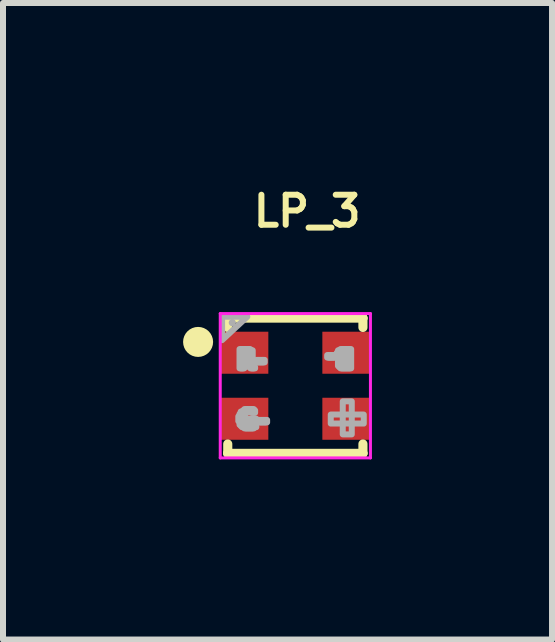
<source format=kicad_pcb>
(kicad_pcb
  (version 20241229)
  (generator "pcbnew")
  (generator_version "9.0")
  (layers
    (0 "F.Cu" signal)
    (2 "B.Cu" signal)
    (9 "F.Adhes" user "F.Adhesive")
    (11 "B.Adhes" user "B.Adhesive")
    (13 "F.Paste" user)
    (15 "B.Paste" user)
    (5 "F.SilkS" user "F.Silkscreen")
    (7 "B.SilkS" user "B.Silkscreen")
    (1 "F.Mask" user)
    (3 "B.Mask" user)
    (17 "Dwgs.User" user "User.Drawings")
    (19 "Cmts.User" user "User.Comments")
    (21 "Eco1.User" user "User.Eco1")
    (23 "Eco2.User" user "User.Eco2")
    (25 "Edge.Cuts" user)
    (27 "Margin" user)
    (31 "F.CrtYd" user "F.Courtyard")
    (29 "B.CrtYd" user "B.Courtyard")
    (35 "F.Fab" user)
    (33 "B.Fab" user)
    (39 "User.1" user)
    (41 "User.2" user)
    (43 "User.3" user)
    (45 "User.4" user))
  (footprint "LP_3"
    (layer "F.Cu")
    (at 1.87 3.376)
    (property "Reference" "LP_3" (at -0.75 -2.908 0) (layer "F.SilkS") (effects (font (size 0.5 0.5) (thickness 0.1)) (justify left)))
    (fp_line (start -1.126 -1.127) (end -1.126 -1.127) (stroke (width 0.152) (type solid)) (layer "F.SilkS"))
    (fp_line (start -1.126 -1.127) (end 1.126 -1.127) (stroke (width 0.152) (type solid)) (layer "F.SilkS"))
    (fp_line (start -1.126 -0.971) (end -1.126 -1.127) (stroke (width 0.152) (type solid)) (layer "F.SilkS"))
    (fp_line (start -1.126 0.97) (end -1.126 1.126) (stroke (width 0.152) (type solid)) (layer "F.SilkS"))
    (fp_line (start -1.126 1.126) (end -1.126 1.126) (stroke (width 0.152) (type solid)) (layer "F.SilkS"))
    (fp_line (start -1.126 1.126) (end 1.126 1.126) (stroke (width 0.152) (type solid)) (layer "F.SilkS"))
    (fp_line (start 1.126 -1.127) (end 1.126 -1.127) (stroke (width 0.152) (type solid)) (layer "F.SilkS"))
    (fp_line (start 1.126 -1.127) (end 1.126 -0.971) (stroke (width 0.152) (type solid)) (layer "F.SilkS"))
    (fp_line (start 1.126 1.126) (end 1.126 0.97) (stroke (width 0.152) (type solid)) (layer "F.SilkS"))
    (fp_line (start 1.126 1.126) (end 1.126 1.126) (stroke (width 0.152) (type solid)) (layer "F.SilkS"))
    (fp_arc (start -1.495 -0.73) (mid -1.745 -0.73) (end -1.495 -0.73) (stroke (width 0.25) (type solid)) (layer "F.SilkS"))
    (fp_line (start -1.251 -1.202) (end -1.251 1.202) (stroke (width 0.05) (type solid)) (layer "F.CrtYd"))
    (fp_line (start -1.251 1.202) (end 1.251 1.202) (stroke (width 0.05) (type solid)) (layer "F.CrtYd"))
    (fp_line (start 1.251 -1.202) (end -1.251 -1.202) (stroke (width 0.05) (type solid)) (layer "F.CrtYd"))
    (fp_line (start 1.251 1.202) (end 1.251 -1.202) (stroke (width 0.05) (type solid)) (layer "F.CrtYd"))
    (fp_arc (start -1.02 -1.051) (mid -1.08 -1.051) (end -1.02 -1.051) (stroke (width 0.06) (type solid)) (layer "F.Fab"))
    (fp_poly (pts (xy -0.8 -1.15) (xy -1.22 -1.15) (xy -1.22 -0.76) (xy -0.8 -1.15)) (stroke (width 0.1) (type solid)) (fill no) (layer "F.Fab"))
    (fp_poly (pts (xy -0.95 0.51) (xy -0.93 0.51) (xy -0.93 0.59) (xy -0.95 0.59) (xy -0.95 0.51)) (stroke (width 0.1) (type solid)) (fill no) (layer "F.Fab"))
    (fp_poly (pts (xy -0.93 -0.61) (xy -0.91 -0.61) (xy -0.91 -0.29) (xy -0.93 -0.29) (xy -0.93 -0.61)) (stroke (width 0.1) (type solid)) (fill no) (layer "F.Fab"))
    (fp_poly (pts (xy -0.93 0.47) (xy -0.91 0.47) (xy -0.91 0.65) (xy -0.93 0.65) (xy -0.93 0.47)) (stroke (width 0.1) (type solid)) (fill no) (layer "F.Fab"))
    (fp_poly (pts (xy -0.91 -0.61) (xy -0.89 -0.61) (xy -0.89 -0.29) (xy -0.91 -0.29) (xy -0.91 -0.61)) (stroke (width 0.1) (type solid)) (fill no) (layer "F.Fab"))
    (fp_poly (pts (xy -0.91 0.43) (xy -0.89 0.43) (xy -0.89 0.67) (xy -0.91 0.67) (xy -0.91 0.43)) (stroke (width 0.1) (type solid)) (fill no) (layer "F.Fab"))
    (fp_poly (pts (xy -0.89 -0.61) (xy -0.87 -0.61) (xy -0.87 -0.29) (xy -0.89 -0.29) (xy -0.89 -0.61)) (stroke (width 0.1) (type solid)) (fill no) (layer "F.Fab"))
    (fp_poly (pts (xy -0.89 0.43) (xy -0.87 0.43) (xy -0.87 0.69) (xy -0.89 0.69) (xy -0.89 0.43)) (stroke (width 0.1) (type solid)) (fill no) (layer "F.Fab"))
    (fp_poly (pts (xy -0.87 -0.61) (xy -0.85 -0.61) (xy -0.85 -0.29) (xy -0.87 -0.29) (xy -0.87 -0.61)) (stroke (width 0.1) (type solid)) (fill no) (layer "F.Fab"))
    (fp_poly (pts (xy -0.87 0.41) (xy -0.85 0.41) (xy -0.85 0.49) (xy -0.87 0.49) (xy -0.87 0.41)) (stroke (width 0.1) (type solid)) (fill no) (layer "F.Fab"))
    (fp_poly (pts (xy -0.87 0.61) (xy -0.85 0.61) (xy -0.85 0.69) (xy -0.87 0.69) (xy -0.87 0.61)) (stroke (width 0.1) (type solid)) (fill no) (layer "F.Fab"))
    (fp_poly (pts (xy -0.85 -0.61) (xy -0.83 -0.61) (xy -0.83 -0.57) (xy -0.85 -0.57) (xy -0.85 -0.61)) (stroke (width 0.1) (type solid)) (fill no) (layer "F.Fab"))
    (fp_poly (pts (xy -0.85 -0.47) (xy -0.83 -0.47) (xy -0.83 -0.43) (xy -0.85 -0.43) (xy -0.85 -0.47)) (stroke (width 0.1) (type solid)) (fill no) (layer "F.Fab"))
    (fp_poly (pts (xy -0.85 0.39) (xy -0.83 0.39) (xy -0.83 0.47) (xy -0.85 0.47) (xy -0.85 0.39)) (stroke (width 0.1) (type solid)) (fill no) (layer "F.Fab"))
    (fp_poly (pts (xy -0.85 0.65) (xy -0.83 0.65) (xy -0.83 0.71) (xy -0.85 0.71) (xy -0.85 0.65)) (stroke (width 0.1) (type solid)) (fill no) (layer "F.Fab"))
    (fp_poly (pts (xy -0.83 -0.61) (xy -0.81 -0.61) (xy -0.81 -0.57) (xy -0.83 -0.57) (xy -0.83 -0.61)) (stroke (width 0.1) (type solid)) (fill no) (layer "F.Fab"))
    (fp_poly (pts (xy -0.83 -0.47) (xy -0.81 -0.47) (xy -0.81 -0.41) (xy -0.83 -0.41) (xy -0.83 -0.47)) (stroke (width 0.1) (type solid)) (fill no) (layer "F.Fab"))
    (fp_poly (pts (xy -0.83 0.39) (xy -0.81 0.39) (xy -0.81 0.45) (xy -0.83 0.45) (xy -0.83 0.39)) (stroke (width 0.1) (type solid)) (fill no) (layer "F.Fab"))
    (fp_poly (pts (xy -0.83 0.65) (xy -0.81 0.65) (xy -0.81 0.71) (xy -0.83 0.71) (xy -0.83 0.65)) (stroke (width 0.1) (type solid)) (fill no) (layer "F.Fab"))
    (fp_poly (pts (xy -0.81 -0.61) (xy -0.79 -0.61) (xy -0.79 -0.57) (xy -0.81 -0.57) (xy -0.81 -0.61)) (stroke (width 0.1) (type solid)) (fill no) (layer "F.Fab"))
    (fp_poly (pts (xy -0.81 -0.47) (xy -0.79 -0.47) (xy -0.79 -0.39) (xy -0.81 -0.39) (xy -0.81 -0.47)) (stroke (width 0.1) (type solid)) (fill no) (layer "F.Fab"))
    (fp_poly (pts (xy -0.81 0.39) (xy -0.79 0.39) (xy -0.79 0.43) (xy -0.81 0.43) (xy -0.81 0.39)) (stroke (width 0.1) (type solid)) (fill no) (layer "F.Fab"))
    (fp_poly (pts (xy -0.81 0.67) (xy -0.79 0.67) (xy -0.79 0.71) (xy -0.81 0.71) (xy -0.81 0.67)) (stroke (width 0.1) (type solid)) (fill no) (layer "F.Fab"))
    (fp_poly (pts (xy -0.79 -0.61) (xy -0.77 -0.61) (xy -0.77 -0.55) (xy -0.79 -0.55) (xy -0.79 -0.61)) (stroke (width 0.1) (type solid)) (fill no) (layer "F.Fab"))
    (fp_poly (pts (xy -0.79 -0.49) (xy -0.77 -0.49) (xy -0.77 -0.35) (xy -0.79 -0.35) (xy -0.79 -0.49)) (stroke (width 0.1) (type solid)) (fill no) (layer "F.Fab"))
    (fp_poly (pts (xy -0.79 0.39) (xy -0.77 0.39) (xy -0.77 0.43) (xy -0.79 0.43) (xy -0.79 0.39)) (stroke (width 0.1) (type solid)) (fill no) (layer "F.Fab"))
    (fp_poly (pts (xy -0.79 0.55) (xy -0.77 0.55) (xy -0.77 0.59) (xy -0.79 0.59) (xy -0.79 0.55)) (stroke (width 0.1) (type solid)) (fill no) (layer "F.Fab"))
    (fp_poly (pts (xy -0.79 0.67) (xy -0.77 0.67) (xy -0.77 0.71) (xy -0.79 0.71) (xy -0.79 0.67)) (stroke (width 0.1) (type solid)) (fill no) (layer "F.Fab"))
    (fp_poly (pts (xy -0.77 -0.61) (xy -0.75 -0.61) (xy -0.75 -0.45) (xy -0.77 -0.45) (xy -0.77 -0.61)) (stroke (width 0.1) (type solid)) (fill no) (layer "F.Fab"))
    (fp_poly (pts (xy -0.77 -0.43) (xy -0.75 -0.43) (xy -0.75 -0.31) (xy -0.77 -0.31) (xy -0.77 -0.43)) (stroke (width 0.1) (type solid)) (fill no) (layer "F.Fab"))
    (fp_poly (pts (xy -0.77 0.39) (xy -0.75 0.39) (xy -0.75 0.43) (xy -0.77 0.43) (xy -0.77 0.39)) (stroke (width 0.1) (type solid)) (fill no) (layer "F.Fab"))
    (fp_poly (pts (xy -0.77 0.55) (xy -0.75 0.55) (xy -0.75 0.59) (xy -0.77 0.59) (xy -0.77 0.55)) (stroke (width 0.1) (type solid)) (fill no) (layer "F.Fab"))
    (fp_poly (pts (xy -0.77 0.67) (xy -0.75 0.67) (xy -0.75 0.71) (xy -0.77 0.71) (xy -0.77 0.67)) (stroke (width 0.1) (type solid)) (fill no) (layer "F.Fab"))
    (fp_poly (pts (xy -0.75 -0.59) (xy -0.73 -0.59) (xy -0.73 -0.45) (xy -0.75 -0.45) (xy -0.75 -0.59)) (stroke (width 0.1) (type solid)) (fill no) (layer "F.Fab"))
    (fp_poly (pts (xy -0.75 -0.41) (xy -0.73 -0.41) (xy -0.73 -0.29) (xy -0.75 -0.29) (xy -0.75 -0.41)) (stroke (width 0.1) (type solid)) (fill no) (layer "F.Fab"))
    (fp_poly (pts (xy -0.75 0.39) (xy -0.73 0.39) (xy -0.73 0.43) (xy -0.75 0.43) (xy -0.75 0.39)) (stroke (width 0.1) (type solid)) (fill no) (layer "F.Fab"))
    (fp_poly (pts (xy -0.75 0.55) (xy -0.73 0.55) (xy -0.73 0.59) (xy -0.75 0.59) (xy -0.75 0.55)) (stroke (width 0.1) (type solid)) (fill no) (layer "F.Fab"))
    (fp_poly (pts (xy -0.75 0.67) (xy -0.73 0.67) (xy -0.73 0.71) (xy -0.75 0.71) (xy -0.75 0.67)) (stroke (width 0.1) (type solid)) (fill no) (layer "F.Fab"))
    (fp_poly (pts (xy -0.73 -0.59) (xy -0.71 -0.59) (xy -0.71 -0.47) (xy -0.73 -0.47) (xy -0.73 -0.59)) (stroke (width 0.1) (type solid)) (fill no) (layer "F.Fab"))
    (fp_poly (pts (xy -0.73 -0.39) (xy -0.71 -0.39) (xy -0.71 -0.29) (xy -0.73 -0.29) (xy -0.73 -0.39)) (stroke (width 0.1) (type solid)) (fill no) (layer "F.Fab"))
    (fp_poly (pts (xy -0.73 0.39) (xy -0.71 0.39) (xy -0.71 0.45) (xy -0.73 0.45) (xy -0.73 0.39)) (stroke (width 0.1) (type solid)) (fill no) (layer "F.Fab"))
    (fp_poly (pts (xy -0.73 0.55) (xy -0.71 0.55) (xy -0.71 0.71) (xy -0.73 0.71) (xy -0.73 0.55)) (stroke (width 0.1) (type solid)) (fill no) (layer "F.Fab"))
    (fp_poly (pts (xy -0.71 -0.35) (xy -0.69 -0.35) (xy -0.69 -0.29) (xy -0.71 -0.29) (xy -0.71 -0.35)) (stroke (width 0.1) (type solid)) (fill no) (layer "F.Fab"))
    (fp_poly (pts (xy -0.71 0.39) (xy -0.69 0.39) (xy -0.69 0.45) (xy -0.71 0.45) (xy -0.71 0.39)) (stroke (width 0.1) (type solid)) (fill no) (layer "F.Fab"))
    (fp_poly (pts (xy -0.71 0.55) (xy -0.69 0.55) (xy -0.69 0.71) (xy -0.71 0.71) (xy -0.71 0.55)) (stroke (width 0.1) (type solid)) (fill no) (layer "F.Fab"))
    (fp_poly (pts (xy -0.69 -0.31) (xy -0.67 -0.31) (xy -0.67 -0.29) (xy -0.69 -0.29) (xy -0.69 -0.31)) (stroke (width 0.1) (type solid)) (fill no) (layer "F.Fab"))
    (fp_poly (pts (xy -0.69 0.41) (xy -0.67 0.41) (xy -0.67 0.45) (xy -0.69 0.45) (xy -0.69 0.41)) (stroke (width 0.1) (type solid)) (fill no) (layer "F.Fab"))
    (fp_poly (pts (xy -0.69 0.55) (xy -0.67 0.55) (xy -0.67 0.69) (xy -0.69 0.69) (xy -0.69 0.55)) (stroke (width 0.1) (type solid)) (fill no) (layer "F.Fab"))
    (fp_poly (pts (xy -0.67 0.55) (xy -0.65 0.55) (xy -0.65 0.69) (xy -0.67 0.69) (xy -0.67 0.55)) (stroke (width 0.1) (type solid)) (fill no) (layer "F.Fab"))
    (fp_poly (pts (xy -0.65 -0.43) (xy -0.63 -0.43) (xy -0.63 -0.39) (xy -0.65 -0.39) (xy -0.65 -0.43)) (stroke (width 0.1) (type solid)) (fill no) (layer "F.Fab"))
    (fp_poly (pts (xy -0.63 -0.43) (xy -0.61 -0.43) (xy -0.61 -0.39) (xy -0.63 -0.39) (xy -0.63 -0.43)) (stroke (width 0.1) (type solid)) (fill no) (layer "F.Fab"))
    (fp_poly (pts (xy -0.61 -0.43) (xy -0.59 -0.43) (xy -0.59 -0.39) (xy -0.61 -0.39) (xy -0.61 -0.43)) (stroke (width 0.1) (type solid)) (fill no) (layer "F.Fab"))
    (fp_poly (pts (xy -0.61 0.57) (xy -0.59 0.57) (xy -0.59 0.61) (xy -0.61 0.61) (xy -0.61 0.57)) (stroke (width 0.1) (type solid)) (fill no) (layer "F.Fab"))
    (fp_poly (pts (xy -0.59 -0.43) (xy -0.57 -0.43) (xy -0.57 -0.39) (xy -0.59 -0.39) (xy -0.59 -0.43)) (stroke (width 0.1) (type solid)) (fill no) (layer "F.Fab"))
    (fp_poly (pts (xy -0.59 0.57) (xy -0.57 0.57) (xy -0.57 0.61) (xy -0.59 0.61) (xy -0.59 0.57)) (stroke (width 0.1) (type solid)) (fill no) (layer "F.Fab"))
    (fp_poly (pts (xy -0.57 -0.43) (xy -0.55 -0.43) (xy -0.55 -0.39) (xy -0.57 -0.39) (xy -0.57 -0.43)) (stroke (width 0.1) (type solid)) (fill no) (layer "F.Fab"))
    (fp_poly (pts (xy -0.57 0.57) (xy -0.55 0.57) (xy -0.55 0.61) (xy -0.57 0.61) (xy -0.57 0.57)) (stroke (width 0.1) (type solid)) (fill no) (layer "F.Fab"))
    (fp_poly (pts (xy -0.55 -0.43) (xy -0.53 -0.43) (xy -0.53 -0.39) (xy -0.55 -0.39) (xy -0.55 -0.43)) (stroke (width 0.1) (type solid)) (fill no) (layer "F.Fab"))
    (fp_poly (pts (xy -0.55 0.57) (xy -0.53 0.57) (xy -0.53 0.61) (xy -0.55 0.61) (xy -0.55 0.57)) (stroke (width 0.1) (type solid)) (fill no) (layer "F.Fab"))
    (fp_poly (pts (xy -0.53 -0.43) (xy -0.51 -0.43) (xy -0.51 -0.39) (xy -0.53 -0.39) (xy -0.53 -0.43)) (stroke (width 0.1) (type solid)) (fill no) (layer "F.Fab"))
    (fp_poly (pts (xy -0.53 0.57) (xy -0.51 0.57) (xy -0.51 0.61) (xy -0.53 0.61) (xy -0.53 0.57)) (stroke (width 0.1) (type solid)) (fill no) (layer "F.Fab"))
    (fp_poly (pts (xy -0.51 0.57) (xy -0.49 0.57) (xy -0.49 0.61) (xy -0.51 0.61) (xy -0.51 0.57)) (stroke (width 0.1) (type solid)) (fill no) (layer "F.Fab"))
    (fp_poly (pts (xy -0.49 0.57) (xy -0.47 0.57) (xy -0.47 0.61) (xy -0.49 0.61) (xy -0.49 0.57)) (stroke (width 0.1) (type solid)) (fill no) (layer "F.Fab"))
    (fp_poly (pts (xy 0.53 -0.51) (xy 0.55 -0.51) (xy 0.55 -0.47) (xy 0.53 -0.47) (xy 0.53 -0.51)) (stroke (width 0.1) (type solid)) (fill no) (layer "F.Fab"))
    (fp_poly (pts (xy 0.55 -0.51) (xy 0.57 -0.51) (xy 0.57 -0.47) (xy 0.55 -0.47) (xy 0.55 -0.51)) (stroke (width 0.1) (type solid)) (fill no) (layer "F.Fab"))
    (fp_poly (pts (xy 0.57 -0.51) (xy 0.59 -0.51) (xy 0.59 -0.47) (xy 0.57 -0.47) (xy 0.57 -0.51)) (stroke (width 0.1) (type solid)) (fill no) (layer "F.Fab"))
    (fp_poly (pts (xy 0.59 -0.51) (xy 0.61 -0.51) (xy 0.61 -0.47) (xy 0.59 -0.47) (xy 0.59 -0.51)) (stroke (width 0.1) (type solid)) (fill no) (layer "F.Fab"))
    (fp_poly (pts (xy 0.61 -0.51) (xy 0.63 -0.51) (xy 0.63 -0.47) (xy 0.61 -0.47) (xy 0.61 -0.51)) (stroke (width 0.1) (type solid)) (fill no) (layer "F.Fab"))
    (fp_poly (pts (xy 0.63 -0.51) (xy 0.65 -0.51) (xy 0.65 -0.47) (xy 0.63 -0.47) (xy 0.63 -0.51)) (stroke (width 0.1) (type solid)) (fill no) (layer "F.Fab"))
    (fp_poly (pts (xy 0.65 -0.51) (xy 0.67 -0.51) (xy 0.67 -0.47) (xy 0.65 -0.47) (xy 0.65 -0.51)) (stroke (width 0.1) (type solid)) (fill no) (layer "F.Fab"))
    (fp_poly (pts (xy 0.69 -0.55) (xy 0.71 -0.55) (xy 0.71 -0.49) (xy 0.69 -0.49) (xy 0.69 -0.55)) (stroke (width 0.1) (type solid)) (fill no) (layer "F.Fab"))
    (fp_poly (pts (xy 0.71 -0.59) (xy 0.73 -0.59) (xy 0.73 -0.47) (xy 0.71 -0.47) (xy 0.71 -0.59)) (stroke (width 0.1) (type solid)) (fill no) (layer "F.Fab"))
    (fp_poly (pts (xy 0.71 -0.41) (xy 0.73 -0.41) (xy 0.73 -0.33) (xy 0.71 -0.33) (xy 0.71 -0.41)) (stroke (width 0.1) (type solid)) (fill no) (layer "F.Fab"))
    (fp_poly (pts (xy 0.73 -0.59) (xy 0.75 -0.59) (xy 0.75 -0.45) (xy 0.73 -0.45) (xy 0.73 -0.59)) (stroke (width 0.1) (type solid)) (fill no) (layer "F.Fab"))
    (fp_poly (pts (xy 0.73 -0.43) (xy 0.75 -0.43) (xy 0.75 -0.31) (xy 0.73 -0.31) (xy 0.73 -0.43)) (stroke (width 0.1) (type solid)) (fill no) (layer "F.Fab"))
    (fp_poly (pts (xy 0.75 -0.61) (xy 0.77 -0.61) (xy 0.77 -0.29) (xy 0.75 -0.29) (xy 0.75 -0.61)) (stroke (width 0.1) (type solid)) (fill no) (layer "F.Fab"))
    (fp_poly (pts (xy 0.77 -0.61) (xy 0.79 -0.61) (xy 0.79 -0.55) (xy 0.77 -0.55) (xy 0.77 -0.61)) (stroke (width 0.1) (type solid)) (fill no) (layer "F.Fab"))
    (fp_poly (pts (xy 0.77 -0.49) (xy 0.79 -0.49) (xy 0.79 -0.29) (xy 0.77 -0.29) (xy 0.77 -0.49)) (stroke (width 0.1) (type solid)) (fill no) (layer "F.Fab"))
    (fp_poly (pts (xy 0.79 -0.61) (xy 0.81 -0.61) (xy 0.81 -0.57) (xy 0.79 -0.57) (xy 0.79 -0.61)) (stroke (width 0.1) (type solid)) (fill no) (layer "F.Fab"))
    (fp_poly (pts (xy 0.79 -0.47) (xy 0.81 -0.47) (xy 0.81 -0.41) (xy 0.79 -0.41) (xy 0.79 -0.47)) (stroke (width 0.1) (type solid)) (fill no) (layer "F.Fab"))
    (fp_poly (pts (xy 0.79 -0.33) (xy 0.81 -0.33) (xy 0.81 -0.29) (xy 0.79 -0.29) (xy 0.79 -0.33)) (stroke (width 0.1) (type solid)) (fill no) (layer "F.Fab"))
    (fp_poly (pts (xy 0.81 -0.61) (xy 0.83 -0.61) (xy 0.83 -0.57) (xy 0.81 -0.57) (xy 0.81 -0.61)) (stroke (width 0.1) (type solid)) (fill no) (layer "F.Fab"))
    (fp_poly (pts (xy 0.81 -0.47) (xy 0.83 -0.47) (xy 0.83 -0.43) (xy 0.81 -0.43) (xy 0.81 -0.47)) (stroke (width 0.1) (type solid)) (fill no) (layer "F.Fab"))
    (fp_poly (pts (xy 0.81 -0.33) (xy 0.83 -0.33) (xy 0.83 -0.29) (xy 0.81 -0.29) (xy 0.81 -0.33)) (stroke (width 0.1) (type solid)) (fill no) (layer "F.Fab"))
    (fp_poly (pts (xy 0.83 -0.61) (xy 0.85 -0.61) (xy 0.85 -0.57) (xy 0.83 -0.57) (xy 0.83 -0.61)) (stroke (width 0.1) (type solid)) (fill no) (layer "F.Fab"))
    (fp_poly (pts (xy 0.83 -0.47) (xy 0.85 -0.47) (xy 0.85 -0.43) (xy 0.83 -0.43) (xy 0.83 -0.47)) (stroke (width 0.1) (type solid)) (fill no) (layer "F.Fab"))
    (fp_poly (pts (xy 0.83 -0.33) (xy 0.85 -0.33) (xy 0.85 -0.29) (xy 0.83 -0.29) (xy 0.83 -0.33)) (stroke (width 0.1) (type solid)) (fill no) (layer "F.Fab"))
    (fp_poly (pts (xy 0.85 -0.61) (xy 0.87 -0.61) (xy 0.87 -0.29) (xy 0.85 -0.29) (xy 0.85 -0.61)) (stroke (width 0.1) (type solid)) (fill no) (layer "F.Fab"))
    (fp_poly (pts (xy 0.87 -0.61) (xy 0.89 -0.61) (xy 0.89 -0.29) (xy 0.87 -0.29) (xy 0.87 -0.61)) (stroke (width 0.1) (type solid)) (fill no) (layer "F.Fab"))
    (fp_poly (pts (xy 0.89 -0.61) (xy 0.91 -0.61) (xy 0.91 -0.29) (xy 0.89 -0.29) (xy 0.89 -0.61)) (stroke (width 0.1) (type solid)) (fill no) (layer "F.Fab"))
    (fp_poly (pts (xy 0.91 -0.61) (xy 0.93 -0.61) (xy 0.93 -0.29) (xy 0.91 -0.29) (xy 0.91 -0.61)) (stroke (width 0.1) (type solid)) (fill no) (layer "F.Fab"))
    (fp_poly (pts (xy 0.59 0.48) (xy 1.14 0.48) (xy 1.14 0.63) (xy 0.59 0.63) (xy 0.59 0.62) (xy 0.59 0.48)) (stroke (width 0.1) (type solid)) (fill no) (layer "F.Fab"))
    (fp_poly (pts (xy 0.79 0.81) (xy 0.79 0.26) (xy 0.94 0.26) (xy 0.94 0.81) (xy 0.93 0.81) (xy 0.79 0.81)) (stroke (width 0.1) (type solid)) (fill no) (layer "F.Fab"))
    (pad "1" smd rect (at -0.85 -0.55 270) (size 0.7 0.8) (layers "F.Cu" "F.Mask" "F.Paste"))
    (pad "2" smd rect (at 0.85 -0.55 270) (size 0.7 0.8) (layers "F.Cu" "F.Mask" "F.Paste"))
    (pad "3" smd rect (at 0.85 0.55 270) (size 0.7 0.8) (layers "F.Cu" "F.Mask" "F.Paste"))
    (pad "4" smd rect (at -0.85 0.55 270) (size 0.7 0.8) (layers "F.Cu" "F.Mask" "F.Paste")))
  (gr_rect
    (start -3 -3)
    (end 6.146 7.604)
    (stroke (width 0.1) (type default))
    (fill no)
    (layer "Edge.Cuts")))
</source>
